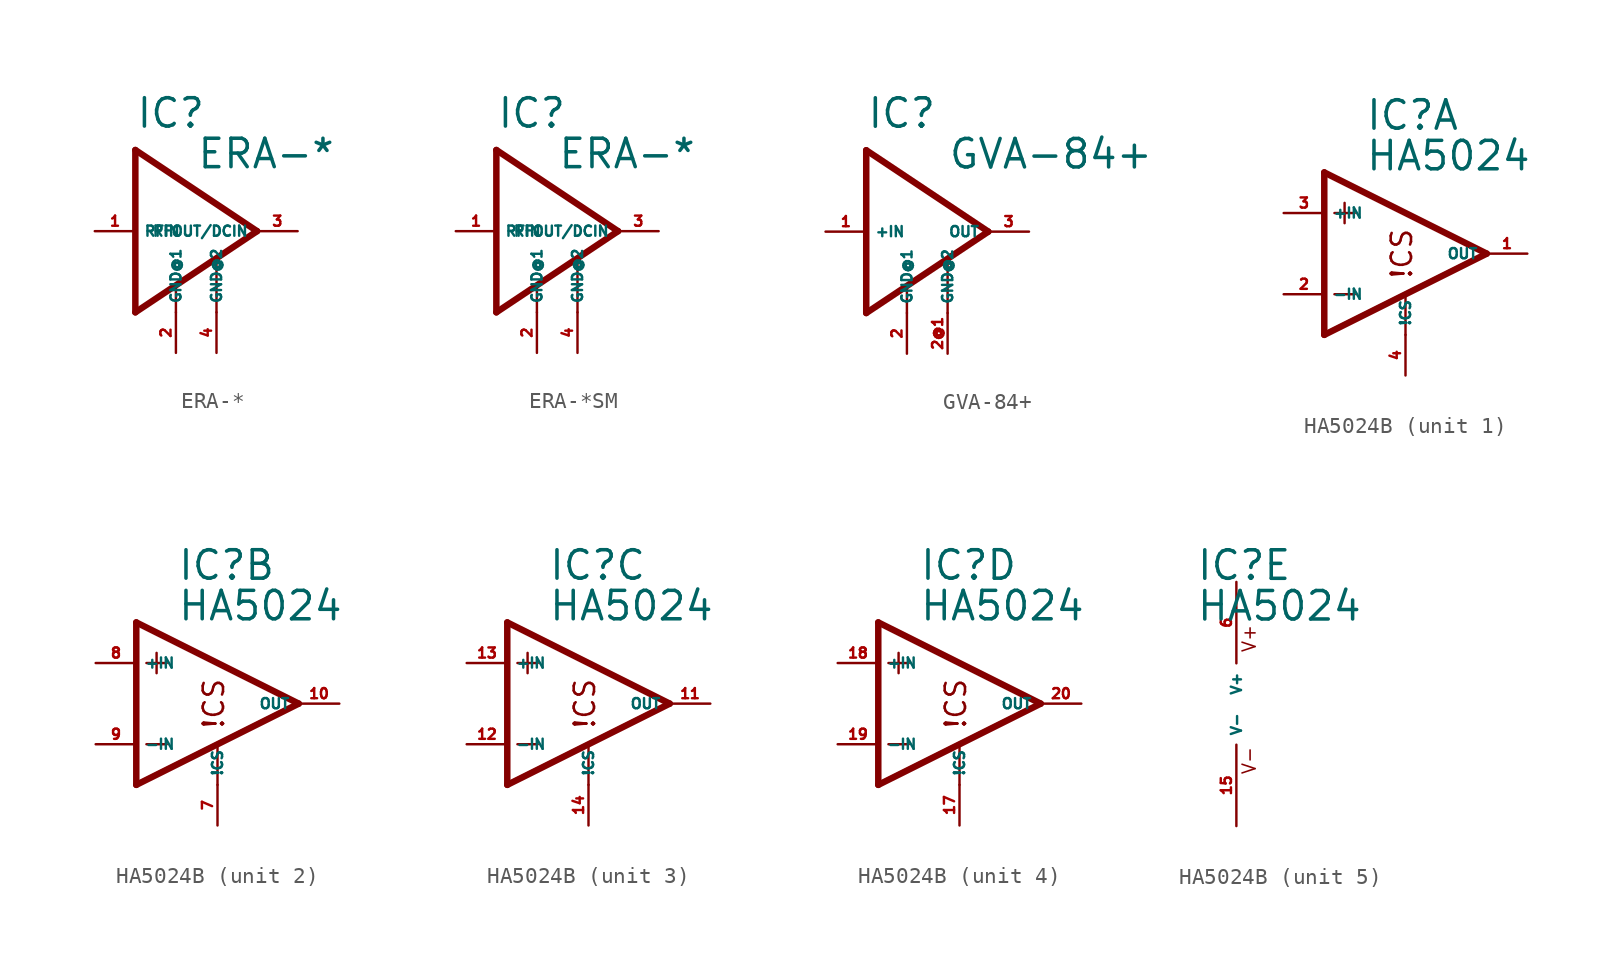
<source format=kicad_sym>
(kicad_symbol_lib
  (version 20220914)
  (generator Eagle2Kicad)
  (symbol "ERA-*"
    (property "Reference" "IC"
      (at -2.54 6.35 0)
      (effects (font (size 1.778 1.778) (thickness 0.22)) (justify left bottom)))
    (property "Value" "ERA-*"
      (at 1.27 3.81 0)
      (effects (font (size 1.778 1.778) (thickness 0.22)) (justify left bottom)))
    (polyline
      (pts (xy -2.54 5.08) (xy -2.54 -5.08))
      (stroke (width 0.406) (type default))
      (fill (type none)))
    (polyline
      (pts (xy -2.54 -5.08) (xy 5.08 0))
      (stroke (width 0.406) (type default))
      (fill (type none)))
    (polyline
      (pts (xy 5.08 0) (xy -2.54 5.08))
      (stroke (width 0.406) (type default))
      (fill (type none)))
    (polyline
      (pts (xy 0 -5.08) (xy 0 -3.556))
      (stroke (width 0.152) (type default))
      (fill (type none)))
    (polyline
      (pts (xy 2.54 -5.08) (xy 2.54 -1.905))
      (stroke (width 0.152) (type default))
      (fill (type none)))
    (pin unspecified line
      (at 0 -7.62 90)
      (length 2.54)
      (name "GND@1" (effects (font (size 0.635 0.635) (thickness 0.08)) (justify left bottom)))
      (number "2" (effects (font (size 0.635 0.635) (thickness 0.08)) (justify left bottom))))
    (pin input line
      (at -5.08 0 0)
      (length 2.54)
      (name "RFIN" (effects (font (size 0.635 0.635) (thickness 0.08)) (justify left bottom)))
      (number "1" (effects (font (size 0.635 0.635) (thickness 0.08)) (justify left bottom))))
    (pin output line
      (at 7.62 0 180)
      (length 2.54)
      (name "RFOUT/DCIN" (effects (font (size 0.635 0.635) (thickness 0.08)) (justify left bottom)))
      (number "3" (effects (font (size 0.635 0.635) (thickness 0.08)) (justify left bottom))))
    (pin unspecified line
      (at 2.54 -7.62 90)
      (length 2.54)
      (name "GND@2" (effects (font (size 0.635 0.635) (thickness 0.08)) (justify left bottom)))
      (number "4" (effects (font (size 0.635 0.635) (thickness 0.08)) (justify left bottom)))))
  (symbol "ERA-*SM"
    (property "Reference" "IC"
      (at -2.54 6.35 0)
      (effects (font (size 1.778 1.778) (thickness 0.22)) (justify left bottom)))
    (property "Value" "ERA-*"
      (at 1.27 3.81 0)
      (effects (font (size 1.778 1.778) (thickness 0.22)) (justify left bottom)))
    (polyline
      (pts (xy -2.54 5.08) (xy -2.54 -5.08))
      (stroke (width 0.406) (type default))
      (fill (type none)))
    (polyline
      (pts (xy -2.54 -5.08) (xy 5.08 0))
      (stroke (width 0.406) (type default))
      (fill (type none)))
    (polyline
      (pts (xy 5.08 0) (xy -2.54 5.08))
      (stroke (width 0.406) (type default))
      (fill (type none)))
    (polyline
      (pts (xy 0 -5.08) (xy 0 -3.556))
      (stroke (width 0.152) (type default))
      (fill (type none)))
    (polyline
      (pts (xy 2.54 -5.08) (xy 2.54 -1.905))
      (stroke (width 0.152) (type default))
      (fill (type none)))
    (pin unspecified line
      (at 0 -7.62 90)
      (length 2.54)
      (name "GND@1" (effects (font (size 0.635 0.635) (thickness 0.08)) (justify left bottom)))
      (number "2" (effects (font (size 0.635 0.635) (thickness 0.08)) (justify left bottom))))
    (pin input line
      (at -5.08 0 0)
      (length 2.54)
      (name "RFIN" (effects (font (size 0.635 0.635) (thickness 0.08)) (justify left bottom)))
      (number "1" (effects (font (size 0.635 0.635) (thickness 0.08)) (justify left bottom))))
    (pin output line
      (at 7.62 0 180)
      (length 2.54)
      (name "RFOUT/DCIN" (effects (font (size 0.635 0.635) (thickness 0.08)) (justify left bottom)))
      (number "3" (effects (font (size 0.635 0.635) (thickness 0.08)) (justify left bottom))))
    (pin unspecified line
      (at 2.54 -7.62 90)
      (length 2.54)
      (name "GND@2" (effects (font (size 0.635 0.635) (thickness 0.08)) (justify left bottom)))
      (number "4" (effects (font (size 0.635 0.635) (thickness 0.08)) (justify left bottom)))))
  (symbol "GVA-84+"
    (property "Reference" "IC"
      (at -2.54 6.35 0)
      (effects (font (size 1.778 1.778) (thickness 0.22)) (justify left bottom)))
    (property "Value" "GVA-84+"
      (at 2.54 3.81 0)
      (effects (font (size 1.778 1.778) (thickness 0.22)) (justify left bottom)))
    (polyline
      (pts (xy -2.54 5.08) (xy -2.54 -5.08))
      (stroke (width 0.406) (type default))
      (fill (type none)))
    (polyline
      (pts (xy -2.54 -5.08) (xy 5.08 0))
      (stroke (width 0.406) (type default))
      (fill (type none)))
    (polyline
      (pts (xy 5.08 0) (xy -2.54 5.08))
      (stroke (width 0.406) (type default))
      (fill (type none)))
    (polyline
      (pts (xy 0 -5.08) (xy 0 -3.556))
      (stroke (width 0.152) (type default))
      (fill (type none)))
    (polyline
      (pts (xy 2.54 -5.08) (xy 2.54 -1.778))
      (stroke (width 0.152) (type default))
      (fill (type none)))
    (pin unspecified line
      (at 0 -7.62 90)
      (length 2.54)
      (name "GND@1" (effects (font (size 0.635 0.635) (thickness 0.08)) (justify left bottom)))
      (number "2" (effects (font (size 0.635 0.635) (thickness 0.08)) (justify left bottom))))
    (pin input line
      (at -5.08 0 0)
      (length 2.54)
      (name "+IN" (effects (font (size 0.635 0.635) (thickness 0.08)) (justify left bottom)))
      (number "1" (effects (font (size 0.635 0.635) (thickness 0.08)) (justify left bottom))))
    (pin output line
      (at 7.62 0 180)
      (length 2.54)
      (name "OUT" (effects (font (size 0.635 0.635) (thickness 0.08)) (justify left bottom)))
      (number "3" (effects (font (size 0.635 0.635) (thickness 0.08)) (justify left bottom))))
    (pin unspecified line
      (at 2.54 -7.62 90)
      (length 2.54)
      (name "GND@2" (effects (font (size 0.635 0.635) (thickness 0.08)) (justify left bottom)))
      (number "2@1" (effects (font (size 0.635 0.635) (thickness 0.08)) (justify left bottom)))))
  (symbol "HA5024B"
    (property "Reference" "IC"
      (at -2.54 7.62 0)
      (effects (font (size 1.778 1.778) (thickness 0.22)) (justify left bottom)))
    (property "Value" "HA5024"
      (at -2.54 5.08 0)
      (effects (font (size 1.778 1.778) (thickness 0.22)) (justify left bottom)))
    (symbol "HA5024B_1_0"
      (polyline (pts (xy -5.08 5.08) (xy -5.08 -5.08)) (stroke (width 0.406) (type default)) (fill (type none)))
      (polyline (pts (xy -5.08 -5.08) (xy 5.08 0)) (stroke (width 0.406) (type default)) (fill (type none)))
      (polyline (pts (xy 5.08 0) (xy -5.08 5.08)) (stroke (width 0.406) (type default)) (fill (type none)))
      (polyline (pts (xy -3.81 3.175) (xy -3.81 1.905)) (stroke (width 0.152) (type default)) (fill (type none)))
      (polyline (pts (xy -4.445 2.54) (xy -3.175 2.54)) (stroke (width 0.152) (type default)) (fill (type none)))
      (polyline (pts (xy -4.445 -2.54) (xy -3.175 -2.54)) (stroke (width 0.152) (type default)) (fill (type none)))
      (polyline (pts (xy 0 -5.08) (xy 0 -2.667)) (stroke (width 0.152) (type default)) (fill (type none)))
      (text "!CS" (at 0.508 -1.651 900) (effects (font (size 1.27 1.27) (thickness 0.16)) (justify left bottom)))
      (pin input line (at -7.62 -2.54 0) (length 2.54) (name "-IN" (effects (font (size 0.635 0.635) (thickness 0.08)) (justify left bottom))) (number "2" (effects (font (size 0.635 0.635) (thickness 0.08)) (justify left bottom))))
      (pin input line (at -7.62 2.54 0) (length 2.54) (name "+IN" (effects (font (size 0.635 0.635) (thickness 0.08)) (justify left bottom))) (number "3" (effects (font (size 0.635 0.635) (thickness 0.08)) (justify left bottom))))
      (pin output line (at 7.62 0 180) (length 2.54) (name "OUT" (effects (font (size 0.635 0.635) (thickness 0.08)) (justify left bottom))) (number "1" (effects (font (size 0.635 0.635) (thickness 0.08)) (justify left bottom))))
      (pin input line (at 0 -7.62 90) (length 2.54) (name "!CS" (effects (font (size 0.635 0.635) (thickness 0.08)) (justify left bottom))) (number "4" (effects (font (size 0.635 0.635) (thickness 0.08)) (justify left bottom)))))
    (symbol "HA5024B_2_0"
      (polyline (pts (xy -5.08 5.08) (xy -5.08 -5.08)) (stroke (width 0.406) (type default)) (fill (type none)))
      (polyline (pts (xy -5.08 -5.08) (xy 5.08 0)) (stroke (width 0.406) (type default)) (fill (type none)))
      (polyline (pts (xy 5.08 0) (xy -5.08 5.08)) (stroke (width 0.406) (type default)) (fill (type none)))
      (polyline (pts (xy -3.81 3.175) (xy -3.81 1.905)) (stroke (width 0.152) (type default)) (fill (type none)))
      (polyline (pts (xy -4.445 2.54) (xy -3.175 2.54)) (stroke (width 0.152) (type default)) (fill (type none)))
      (polyline (pts (xy -4.445 -2.54) (xy -3.175 -2.54)) (stroke (width 0.152) (type default)) (fill (type none)))
      (polyline (pts (xy 0 -5.08) (xy 0 -2.667)) (stroke (width 0.152) (type default)) (fill (type none)))
      (text "!CS" (at 0.508 -1.651 900) (effects (font (size 1.27 1.27) (thickness 0.16)) (justify left bottom)))
      (pin input line (at -7.62 -2.54 0) (length 2.54) (name "-IN" (effects (font (size 0.635 0.635) (thickness 0.08)) (justify left bottom))) (number "9" (effects (font (size 0.635 0.635) (thickness 0.08)) (justify left bottom))))
      (pin input line (at -7.62 2.54 0) (length 2.54) (name "+IN" (effects (font (size 0.635 0.635) (thickness 0.08)) (justify left bottom))) (number "8" (effects (font (size 0.635 0.635) (thickness 0.08)) (justify left bottom))))
      (pin output line (at 7.62 0 180) (length 2.54) (name "OUT" (effects (font (size 0.635 0.635) (thickness 0.08)) (justify left bottom))) (number "10" (effects (font (size 0.635 0.635) (thickness 0.08)) (justify left bottom))))
      (pin input line (at 0 -7.62 90) (length 2.54) (name "!CS" (effects (font (size 0.635 0.635) (thickness 0.08)) (justify left bottom))) (number "7" (effects (font (size 0.635 0.635) (thickness 0.08)) (justify left bottom)))))
    (symbol "HA5024B_3_0"
      (polyline (pts (xy -5.08 5.08) (xy -5.08 -5.08)) (stroke (width 0.406) (type default)) (fill (type none)))
      (polyline (pts (xy -5.08 -5.08) (xy 5.08 0)) (stroke (width 0.406) (type default)) (fill (type none)))
      (polyline (pts (xy 5.08 0) (xy -5.08 5.08)) (stroke (width 0.406) (type default)) (fill (type none)))
      (polyline (pts (xy -3.81 3.175) (xy -3.81 1.905)) (stroke (width 0.152) (type default)) (fill (type none)))
      (polyline (pts (xy -4.445 2.54) (xy -3.175 2.54)) (stroke (width 0.152) (type default)) (fill (type none)))
      (polyline (pts (xy -4.445 -2.54) (xy -3.175 -2.54)) (stroke (width 0.152) (type default)) (fill (type none)))
      (polyline (pts (xy 0 -5.08) (xy 0 -2.667)) (stroke (width 0.152) (type default)) (fill (type none)))
      (text "!CS" (at 0.508 -1.651 900) (effects (font (size 1.27 1.27) (thickness 0.16)) (justify left bottom)))
      (pin input line (at -7.62 -2.54 0) (length 2.54) (name "-IN" (effects (font (size 0.635 0.635) (thickness 0.08)) (justify left bottom))) (number "12" (effects (font (size 0.635 0.635) (thickness 0.08)) (justify left bottom))))
      (pin input line (at -7.62 2.54 0) (length 2.54) (name "+IN" (effects (font (size 0.635 0.635) (thickness 0.08)) (justify left bottom))) (number "13" (effects (font (size 0.635 0.635) (thickness 0.08)) (justify left bottom))))
      (pin output line (at 7.62 0 180) (length 2.54) (name "OUT" (effects (font (size 0.635 0.635) (thickness 0.08)) (justify left bottom))) (number "11" (effects (font (size 0.635 0.635) (thickness 0.08)) (justify left bottom))))
      (pin input line (at 0 -7.62 90) (length 2.54) (name "!CS" (effects (font (size 0.635 0.635) (thickness 0.08)) (justify left bottom))) (number "14" (effects (font (size 0.635 0.635) (thickness 0.08)) (justify left bottom)))))
    (symbol "HA5024B_4_0"
      (polyline (pts (xy -5.08 5.08) (xy -5.08 -5.08)) (stroke (width 0.406) (type default)) (fill (type none)))
      (polyline (pts (xy -5.08 -5.08) (xy 5.08 0)) (stroke (width 0.406) (type default)) (fill (type none)))
      (polyline (pts (xy 5.08 0) (xy -5.08 5.08)) (stroke (width 0.406) (type default)) (fill (type none)))
      (polyline (pts (xy -3.81 3.175) (xy -3.81 1.905)) (stroke (width 0.152) (type default)) (fill (type none)))
      (polyline (pts (xy -4.445 2.54) (xy -3.175 2.54)) (stroke (width 0.152) (type default)) (fill (type none)))
      (polyline (pts (xy -4.445 -2.54) (xy -3.175 -2.54)) (stroke (width 0.152) (type default)) (fill (type none)))
      (polyline (pts (xy 0 -5.08) (xy 0 -2.667)) (stroke (width 0.152) (type default)) (fill (type none)))
      (text "!CS" (at 0.508 -1.651 900) (effects (font (size 1.27 1.27) (thickness 0.16)) (justify left bottom)))
      (pin input line (at -7.62 -2.54 0) (length 2.54) (name "-IN" (effects (font (size 0.635 0.635) (thickness 0.08)) (justify left bottom))) (number "19" (effects (font (size 0.635 0.635) (thickness 0.08)) (justify left bottom))))
      (pin input line (at -7.62 2.54 0) (length 2.54) (name "+IN" (effects (font (size 0.635 0.635) (thickness 0.08)) (justify left bottom))) (number "18" (effects (font (size 0.635 0.635) (thickness 0.08)) (justify left bottom))))
      (pin output line (at 7.62 0 180) (length 2.54) (name "OUT" (effects (font (size 0.635 0.635) (thickness 0.08)) (justify left bottom))) (number "20" (effects (font (size 0.635 0.635) (thickness 0.08)) (justify left bottom))))
      (pin input line (at 0 -7.62 90) (length 2.54) (name "!CS" (effects (font (size 0.635 0.635) (thickness 0.08)) (justify left bottom))) (number "17" (effects (font (size 0.635 0.635) (thickness 0.08)) (justify left bottom)))))
    (symbol "HA5024B_5_0"
      (text "V+" (at 1.27 3.175 900) (effects (font (size 0.813 0.813) (thickness 0.10)) (justify left bottom)))
      (text "V-" (at 1.27 -4.445 900) (effects (font (size 0.813 0.813) (thickness 0.10)) (justify left bottom)))
      (pin unspecified line (at 0 7.62 270) (length 5.08) (name "V+" (effects (font (size 0.635 0.635) (thickness 0.08)) (justify left bottom))) (number "6" (effects (font (size 0.635 0.635) (thickness 0.08)) (justify left bottom))))
      (pin unspecified line (at 0 -7.62 90) (length 5.08) (name "V-" (effects (font (size 0.635 0.635) (thickness 0.08)) (justify left bottom))) (number "15" (effects (font (size 0.635 0.635) (thickness 0.08)) (justify left bottom)))))))
</source>
